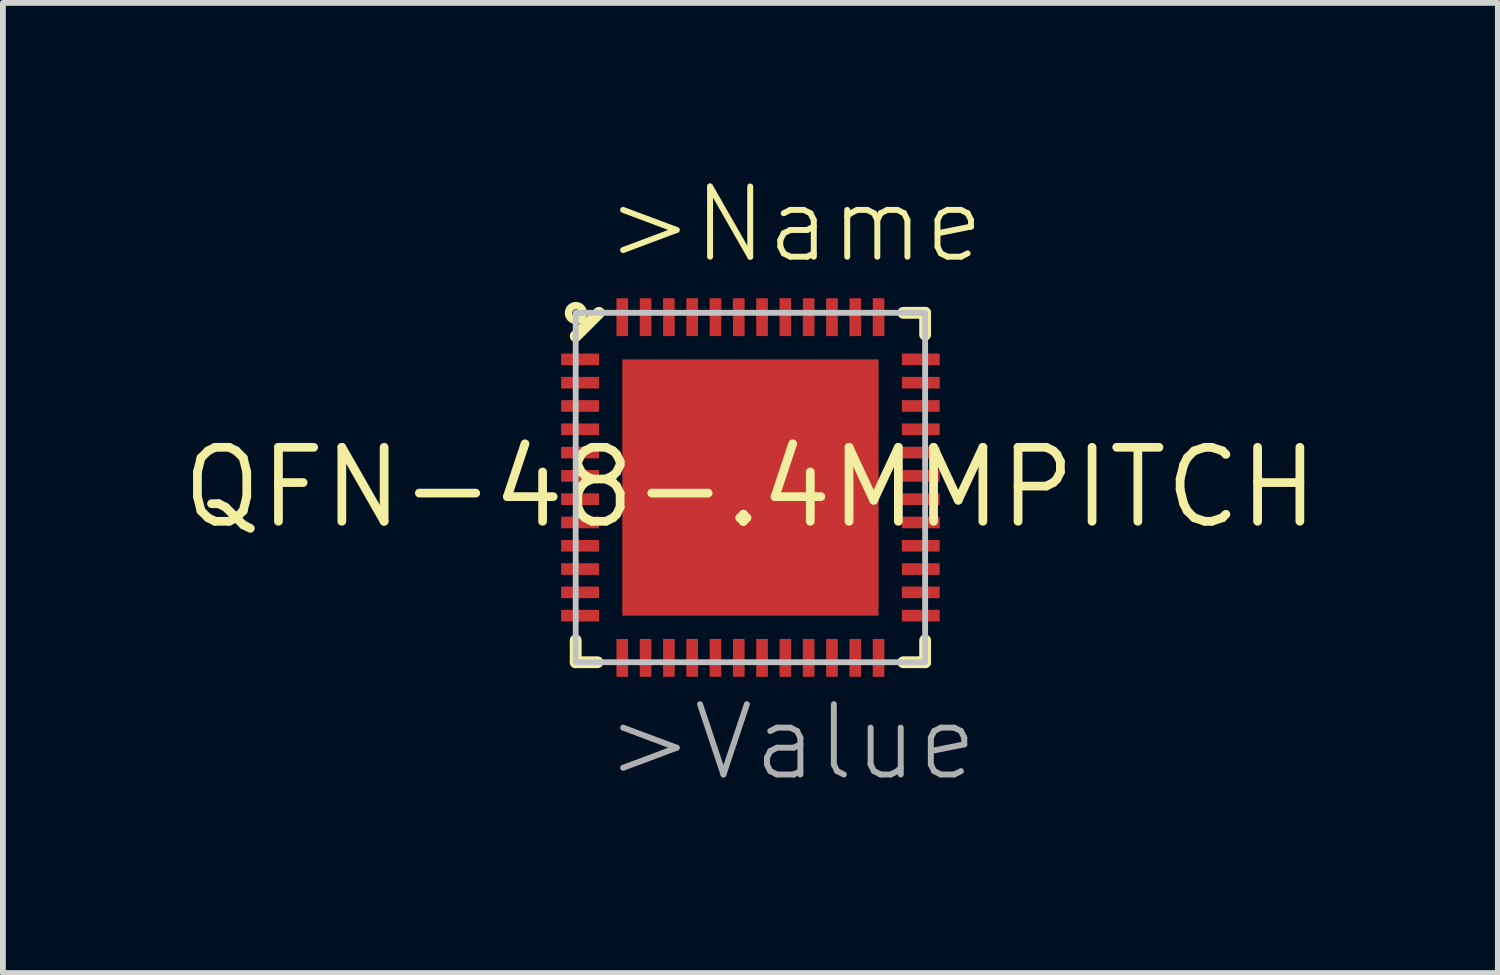
<source format=kicad_pcb>
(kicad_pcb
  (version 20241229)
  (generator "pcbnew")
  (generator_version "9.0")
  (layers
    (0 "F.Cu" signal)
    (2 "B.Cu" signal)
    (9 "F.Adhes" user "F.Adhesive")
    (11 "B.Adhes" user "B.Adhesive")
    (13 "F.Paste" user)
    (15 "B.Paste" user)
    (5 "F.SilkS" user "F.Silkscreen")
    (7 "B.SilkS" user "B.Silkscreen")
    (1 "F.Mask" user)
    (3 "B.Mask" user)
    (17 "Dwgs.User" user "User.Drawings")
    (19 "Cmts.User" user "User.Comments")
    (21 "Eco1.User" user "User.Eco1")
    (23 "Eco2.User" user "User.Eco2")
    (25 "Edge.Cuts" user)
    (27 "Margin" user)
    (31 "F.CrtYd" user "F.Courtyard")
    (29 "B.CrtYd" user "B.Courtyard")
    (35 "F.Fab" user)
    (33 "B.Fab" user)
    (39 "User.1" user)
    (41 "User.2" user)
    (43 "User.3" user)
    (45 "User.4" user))
  (footprint "QFN-48-.4MMPITCH"
    (layer "F.Cu")
    (at 9.835 5.321)
    (property "Reference" "QFN-48-.4MMPITCH" (at 0 0 0) (layer "F.SilkS") (effects (font (size 1.27 1.27) (thickness 0.15))))
    (attr through_hole)
    (fp_line (start -3 3) (end -3 2.625) (stroke (width 0.203) (type solid)) (layer "F.SilkS"))
    (fp_line (start -3 3) (end -2.625 3) (stroke (width 0.203) (type solid)) (layer "F.SilkS"))
    (fp_line (start -2.6 -3) (end -3 -2.6) (stroke (width 0.203) (type solid)) (layer "F.SilkS"))
    (fp_line (start 3 -3) (end 2.625 -3) (stroke (width 0.203) (type solid)) (layer "F.SilkS"))
    (fp_line (start 3 -3) (end 3 -2.625) (stroke (width 0.203) (type solid)) (layer "F.SilkS"))
    (fp_line (start 3 3) (end 2.625 3) (stroke (width 0.203) (type solid)) (layer "F.SilkS"))
    (fp_line (start 3 3) (end 3 2.625) (stroke (width 0.203) (type solid)) (layer "F.SilkS"))
    (fp_circle (center -2.997 -2.997) (end -2.934 -2.997) (stroke (width 0.127) (type solid)) (fill no) (layer "F.SilkS"))
    (fp_poly (pts (xy -3.188 -2.125) (xy -2.7 -2.125) (xy -2.7 -2.275) (xy -3.188 -2.275)) (stroke (width 0) (type solid)) (fill yes) (layer "F.Paste"))
    (fp_poly (pts (xy -3.188 -1.725) (xy -2.7 -1.725) (xy -2.7 -1.875) (xy -3.188 -1.875)) (stroke (width 0) (type solid)) (fill yes) (layer "F.Paste"))
    (fp_poly (pts (xy -3.188 -1.325) (xy -2.7 -1.325) (xy -2.7 -1.475) (xy -3.188 -1.475)) (stroke (width 0) (type solid)) (fill yes) (layer "F.Paste"))
    (fp_poly (pts (xy -3.188 -0.925) (xy -2.7 -0.925) (xy -2.7 -1.075) (xy -3.188 -1.075)) (stroke (width 0) (type solid)) (fill yes) (layer "F.Paste"))
    (fp_poly (pts (xy -3.188 -0.525) (xy -2.7 -0.525) (xy -2.7 -0.675) (xy -3.188 -0.675)) (stroke (width 0) (type solid)) (fill yes) (layer "F.Paste"))
    (fp_poly (pts (xy -3.188 -0.125) (xy -2.7 -0.125) (xy -2.7 -0.275) (xy -3.188 -0.275)) (stroke (width 0) (type solid)) (fill yes) (layer "F.Paste"))
    (fp_poly (pts (xy -3.188 0.275) (xy -2.7 0.275) (xy -2.7 0.125) (xy -3.188 0.125)) (stroke (width 0) (type solid)) (fill yes) (layer "F.Paste"))
    (fp_poly (pts (xy -3.188 0.675) (xy -2.7 0.675) (xy -2.7 0.525) (xy -3.188 0.525)) (stroke (width 0) (type solid)) (fill yes) (layer "F.Paste"))
    (fp_poly (pts (xy -3.188 1.075) (xy -2.7 1.075) (xy -2.7 0.925) (xy -3.188 0.925)) (stroke (width 0) (type solid)) (fill yes) (layer "F.Paste"))
    (fp_poly (pts (xy -3.188 1.475) (xy -2.7 1.475) (xy -2.7 1.325) (xy -3.188 1.325)) (stroke (width 0) (type solid)) (fill yes) (layer "F.Paste"))
    (fp_poly (pts (xy -3.188 1.875) (xy -2.7 1.875) (xy -2.7 1.725) (xy -3.188 1.725)) (stroke (width 0) (type solid)) (fill yes) (layer "F.Paste"))
    (fp_poly (pts (xy -3.188 2.275) (xy -2.7 2.275) (xy -2.7 2.125) (xy -3.188 2.125)) (stroke (width 0) (type solid)) (fill yes) (layer "F.Paste"))
    (fp_poly (pts (xy -2.275 2.688) (xy -2.275 3.175) (xy -2.125 3.175) (xy -2.125 2.688)) (stroke (width 0) (type solid)) (fill yes) (layer "F.Paste"))
    (fp_poly (pts (xy -2.125 -2.688) (xy -2.125 -3.175) (xy -2.275 -3.175) (xy -2.275 -2.688)) (stroke (width 0) (type solid)) (fill yes) (layer "F.Paste"))
    (fp_poly (pts (xy -1.875 2.688) (xy -1.875 3.175) (xy -1.725 3.175) (xy -1.725 2.688)) (stroke (width 0) (type solid)) (fill yes) (layer "F.Paste"))
    (fp_poly (pts (xy -1.725 -2.688) (xy -1.725 -3.175) (xy -1.875 -3.175) (xy -1.875 -2.688)) (stroke (width 0) (type solid)) (fill yes) (layer "F.Paste"))
    (fp_poly (pts (xy -1.475 2.688) (xy -1.475 3.175) (xy -1.325 3.175) (xy -1.325 2.688)) (stroke (width 0) (type solid)) (fill yes) (layer "F.Paste"))
    (fp_poly (pts (xy -1.325 -2.688) (xy -1.325 -3.175) (xy -1.475 -3.175) (xy -1.475 -2.688)) (stroke (width 0) (type solid)) (fill yes) (layer "F.Paste"))
    (fp_poly (pts (xy -1.075 2.688) (xy -1.075 3.175) (xy -0.925 3.175) (xy -0.925 2.688)) (stroke (width 0) (type solid)) (fill yes) (layer "F.Paste"))
    (fp_poly (pts (xy -0.925 -2.688) (xy -0.925 -3.175) (xy -1.075 -3.175) (xy -1.075 -2.688)) (stroke (width 0) (type solid)) (fill yes) (layer "F.Paste"))
    (fp_poly (pts (xy -0.675 2.688) (xy -0.675 3.175) (xy -0.525 3.175) (xy -0.525 2.688)) (stroke (width 0) (type solid)) (fill yes) (layer "F.Paste"))
    (fp_poly (pts (xy -0.525 -2.688) (xy -0.525 -3.175) (xy -0.675 -3.175) (xy -0.675 -2.688)) (stroke (width 0) (type solid)) (fill yes) (layer "F.Paste"))
    (fp_poly (pts (xy -0.375 -0.375) (xy -0.375 -1.875) (xy -1.875 -1.875) (xy -1.875 -0.375)) (stroke (width 0) (type solid)) (fill yes) (layer "F.Paste"))
    (fp_poly (pts (xy -0.375 1.875) (xy -0.375 0.375) (xy -1.875 0.375) (xy -1.875 1.875)) (stroke (width 0) (type solid)) (fill yes) (layer "F.Paste"))
    (fp_poly (pts (xy -0.275 2.688) (xy -0.275 3.175) (xy -0.125 3.175) (xy -0.125 2.688)) (stroke (width 0) (type solid)) (fill yes) (layer "F.Paste"))
    (fp_poly (pts (xy -0.125 -2.688) (xy -0.125 -3.175) (xy -0.275 -3.175) (xy -0.275 -2.688)) (stroke (width 0) (type solid)) (fill yes) (layer "F.Paste"))
    (fp_poly (pts (xy 0.125 2.688) (xy 0.125 3.175) (xy 0.275 3.175) (xy 0.275 2.688)) (stroke (width 0) (type solid)) (fill yes) (layer "F.Paste"))
    (fp_poly (pts (xy 0.275 -2.688) (xy 0.275 -3.175) (xy 0.125 -3.175) (xy 0.125 -2.688)) (stroke (width 0) (type solid)) (fill yes) (layer "F.Paste"))
    (fp_poly (pts (xy 0.525 2.688) (xy 0.525 3.175) (xy 0.675 3.175) (xy 0.675 2.688)) (stroke (width 0) (type solid)) (fill yes) (layer "F.Paste"))
    (fp_poly (pts (xy 0.675 -2.688) (xy 0.675 -3.175) (xy 0.525 -3.175) (xy 0.525 -2.688)) (stroke (width 0) (type solid)) (fill yes) (layer "F.Paste"))
    (fp_poly (pts (xy 0.925 2.688) (xy 0.925 3.175) (xy 1.075 3.175) (xy 1.075 2.688)) (stroke (width 0) (type solid)) (fill yes) (layer "F.Paste"))
    (fp_poly (pts (xy 1.075 -2.688) (xy 1.075 -3.175) (xy 0.925 -3.175) (xy 0.925 -2.688)) (stroke (width 0) (type solid)) (fill yes) (layer "F.Paste"))
    (fp_poly (pts (xy 1.325 2.688) (xy 1.325 3.175) (xy 1.475 3.175) (xy 1.475 2.688)) (stroke (width 0) (type solid)) (fill yes) (layer "F.Paste"))
    (fp_poly (pts (xy 1.475 -2.688) (xy 1.475 -3.175) (xy 1.325 -3.175) (xy 1.325 -2.688)) (stroke (width 0) (type solid)) (fill yes) (layer "F.Paste"))
    (fp_poly (pts (xy 1.725 2.688) (xy 1.725 3.175) (xy 1.875 3.175) (xy 1.875 2.688)) (stroke (width 0) (type solid)) (fill yes) (layer "F.Paste"))
    (fp_poly (pts (xy 1.725 2.688) (xy 1.725 3.175) (xy 1.875 3.175) (xy 1.875 2.688)) (stroke (width 0) (type solid)) (fill yes) (layer "F.Paste"))
    (fp_poly (pts (xy 1.875 -2.688) (xy 1.875 -3.175) (xy 1.725 -3.175) (xy 1.725 -2.688)) (stroke (width 0) (type solid)) (fill yes) (layer "F.Paste"))
    (fp_poly (pts (xy 1.875 -0.375) (xy 1.875 -1.875) (xy 0.375 -1.875) (xy 0.375 -0.375)) (stroke (width 0) (type solid)) (fill yes) (layer "F.Paste"))
    (fp_poly (pts (xy 1.875 1.875) (xy 1.875 0.375) (xy 0.375 0.375) (xy 0.375 1.875)) (stroke (width 0) (type solid)) (fill yes) (layer "F.Paste"))
    (fp_poly (pts (xy 2.125 2.688) (xy 2.125 3.175) (xy 2.275 3.175) (xy 2.275 2.688)) (stroke (width 0) (type solid)) (fill yes) (layer "F.Paste"))
    (fp_poly (pts (xy 2.125 2.688) (xy 2.125 3.175) (xy 2.275 3.175) (xy 2.275 2.688)) (stroke (width 0) (type solid)) (fill yes) (layer "F.Paste"))
    (fp_poly (pts (xy 2.275 -2.688) (xy 2.275 -3.175) (xy 2.125 -3.175) (xy 2.125 -2.688)) (stroke (width 0) (type solid)) (fill yes) (layer "F.Paste"))
    (fp_poly (pts (xy 3.163 -2.275) (xy 2.675 -2.275) (xy 2.675 -2.125) (xy 3.163 -2.125)) (stroke (width 0) (type solid)) (fill yes) (layer "F.Paste"))
    (fp_poly (pts (xy 3.163 -1.875) (xy 2.675 -1.875) (xy 2.675 -1.725) (xy 3.163 -1.725)) (stroke (width 0) (type solid)) (fill yes) (layer "F.Paste"))
    (fp_poly (pts (xy 3.163 -1.475) (xy 2.675 -1.475) (xy 2.675 -1.325) (xy 3.163 -1.325)) (stroke (width 0) (type solid)) (fill yes) (layer "F.Paste"))
    (fp_poly (pts (xy 3.163 -1.075) (xy 2.675 -1.075) (xy 2.675 -0.925) (xy 3.163 -0.925)) (stroke (width 0) (type solid)) (fill yes) (layer "F.Paste"))
    (fp_poly (pts (xy 3.163 -0.675) (xy 2.675 -0.675) (xy 2.675 -0.525) (xy 3.163 -0.525)) (stroke (width 0) (type solid)) (fill yes) (layer "F.Paste"))
    (fp_poly (pts (xy 3.163 -0.275) (xy 2.675 -0.275) (xy 2.675 -0.125) (xy 3.163 -0.125)) (stroke (width 0) (type solid)) (fill yes) (layer "F.Paste"))
    (fp_poly (pts (xy 3.163 0.125) (xy 2.675 0.125) (xy 2.675 0.275) (xy 3.163 0.275)) (stroke (width 0) (type solid)) (fill yes) (layer "F.Paste"))
    (fp_poly (pts (xy 3.163 0.525) (xy 2.675 0.525) (xy 2.675 0.675) (xy 3.163 0.675)) (stroke (width 0) (type solid)) (fill yes) (layer "F.Paste"))
    (fp_poly (pts (xy 3.163 0.925) (xy 2.675 0.925) (xy 2.675 1.075) (xy 3.163 1.075)) (stroke (width 0) (type solid)) (fill yes) (layer "F.Paste"))
    (fp_poly (pts (xy 3.163 1.325) (xy 2.675 1.325) (xy 2.675 1.475) (xy 3.163 1.475)) (stroke (width 0) (type solid)) (fill yes) (layer "F.Paste"))
    (fp_poly (pts (xy 3.163 1.725) (xy 2.675 1.725) (xy 2.675 1.875) (xy 3.163 1.875)) (stroke (width 0) (type solid)) (fill yes) (layer "F.Paste"))
    (fp_poly (pts (xy 3.163 2.125) (xy 2.675 2.125) (xy 2.675 2.275) (xy 3.163 2.275)) (stroke (width 0) (type solid)) (fill yes) (layer "F.Paste"))
    (fp_poly (pts (xy 3 3) (xy 3 -3) (xy -3 -3) (xy -3 3)) (stroke (width 0.1) (type solid)) (fill no) (layer "Dwgs.User"))
    (fp_text user ">Name" (at -2.54 -3.81 0) (layer "F.SilkS") (effects (font (size 1.206 1.206) (thickness 0.102)) (justify left bottom)))
    (fp_text user ">Value" (at -2.54 5.08 0) (layer "F.Fab") (effects (font (size 1.206 1.206) (thickness 0.102)) (justify left bottom)))
    (pad "1" smd rect (at -2.925 -2.2 180) (size 0.65 0.2) (layers "F.Cu" "F.Mask"))
    (pad "2" smd rect (at -2.925 -1.8 180) (size 0.65 0.2) (layers "F.Cu" "F.Mask"))
    (pad "3" smd rect (at -2.925 -1.4 180) (size 0.65 0.2) (layers "F.Cu" "F.Mask"))
    (pad "4" smd rect (at -2.925 -1 180) (size 0.65 0.2) (layers "F.Cu" "F.Mask"))
    (pad "5" smd rect (at -2.925 -0.6 180) (size 0.65 0.2) (layers "F.Cu" "F.Mask"))
    (pad "6" smd rect (at -2.925 -0.2 180) (size 0.65 0.2) (layers "F.Cu" "F.Mask"))
    (pad "7" smd rect (at -2.925 0.2 180) (size 0.65 0.2) (layers "F.Cu" "F.Mask"))
    (pad "8" smd rect (at -2.925 0.6 180) (size 0.65 0.2) (layers "F.Cu" "F.Mask"))
    (pad "9" smd rect (at -2.925 1 180) (size 0.65 0.2) (layers "F.Cu" "F.Mask"))
    (pad "10" smd rect (at -2.925 1.4 180) (size 0.65 0.2) (layers "F.Cu" "F.Mask"))
    (pad "11" smd rect (at -2.925 1.8 180) (size 0.65 0.2) (layers "F.Cu" "F.Mask"))
    (pad "12" smd rect (at -2.925 2.2 180) (size 0.65 0.2) (layers "F.Cu" "F.Mask"))
    (pad "13" smd rect (at -2.2 2.925 270) (size 0.65 0.2) (layers "F.Cu" "F.Mask"))
    (pad "14" smd rect (at -1.8 2.925 270) (size 0.65 0.2) (layers "F.Cu" "F.Mask"))
    (pad "15" smd rect (at -1.4 2.925 270) (size 0.65 0.2) (layers "F.Cu" "F.Mask"))
    (pad "16" smd rect (at -1 2.925 270) (size 0.65 0.2) (layers "F.Cu" "F.Mask"))
    (pad "17" smd rect (at -0.6 2.925 270) (size 0.65 0.2) (layers "F.Cu" "F.Mask"))
    (pad "18" smd rect (at -0.2 2.925 270) (size 0.65 0.2) (layers "F.Cu" "F.Mask"))
    (pad "19" smd rect (at 0.2 2.925 270) (size 0.65 0.2) (layers "F.Cu" "F.Mask"))
    (pad "20" smd rect (at 0.6 2.925 270) (size 0.65 0.2) (layers "F.Cu" "F.Mask"))
    (pad "21" smd rect (at 1 2.925 270) (size 0.65 0.2) (layers "F.Cu" "F.Mask"))
    (pad "22" smd rect (at 1.4 2.925 270) (size 0.65 0.2) (layers "F.Cu" "F.Mask"))
    (pad "23" smd rect (at 1.8 2.925 270) (size 0.65 0.2) (layers "F.Cu" "F.Mask"))
    (pad "24" smd rect (at 2.2 2.925 270) (size 0.65 0.2) (layers "F.Cu" "F.Mask"))
    (pad "25" smd rect (at 2.925 2.2) (size 0.65 0.2) (layers "F.Cu" "F.Mask"))
    (pad "26" smd rect (at 2.925 1.8) (size 0.65 0.2) (layers "F.Cu" "F.Mask"))
    (pad "27" smd rect (at 2.925 1.4) (size 0.65 0.2) (layers "F.Cu" "F.Mask"))
    (pad "28" smd rect (at 2.925 1) (size 0.65 0.2) (layers "F.Cu" "F.Mask"))
    (pad "29" smd rect (at 2.925 0.6) (size 0.65 0.2) (layers "F.Cu" "F.Mask"))
    (pad "30" smd rect (at 2.925 0.2) (size 0.65 0.2) (layers "F.Cu" "F.Mask"))
    (pad "31" smd rect (at 2.925 -0.2) (size 0.65 0.2) (layers "F.Cu" "F.Mask"))
    (pad "32" smd rect (at 2.925 -0.6) (size 0.65 0.2) (layers "F.Cu" "F.Mask"))
    (pad "33" smd rect (at 2.925 -1) (size 0.65 0.2) (layers "F.Cu" "F.Mask"))
    (pad "34" smd rect (at 2.925 -1.4) (size 0.65 0.2) (layers "F.Cu" "F.Mask"))
    (pad "35" smd rect (at 2.925 -1.8) (size 0.65 0.2) (layers "F.Cu" "F.Mask"))
    (pad "36" smd rect (at 2.925 -2.2) (size 0.65 0.2) (layers "F.Cu" "F.Mask"))
    (pad "37" smd rect (at 2.2 -2.925 90) (size 0.65 0.2) (layers "F.Cu" "F.Mask"))
    (pad "38" smd rect (at 1.8 -2.925 90) (size 0.65 0.2) (layers "F.Cu" "F.Mask"))
    (pad "39" smd rect (at 1.4 -2.925 90) (size 0.65 0.2) (layers "F.Cu" "F.Mask"))
    (pad "40" smd rect (at 1 -2.925 90) (size 0.65 0.2) (layers "F.Cu" "F.Mask"))
    (pad "41" smd rect (at 0.6 -2.925 90) (size 0.65 0.2) (layers "F.Cu" "F.Mask"))
    (pad "42" smd rect (at 0.2 -2.925 90) (size 0.65 0.2) (layers "F.Cu" "F.Mask"))
    (pad "43" smd rect (at -0.2 -2.925 90) (size 0.65 0.2) (layers "F.Cu" "F.Mask"))
    (pad "44" smd rect (at -0.6 -2.925 90) (size 0.65 0.2) (layers "F.Cu" "F.Mask"))
    (pad "45" smd rect (at -1 -2.925 90) (size 0.65 0.2) (layers "F.Cu" "F.Mask"))
    (pad "46" smd rect (at -1.4 -2.925 90) (size 0.65 0.2) (layers "F.Cu" "F.Mask"))
    (pad "47" smd rect (at -1.8 -2.925 90) (size 0.65 0.2) (layers "F.Cu" "F.Mask"))
    (pad "48" smd rect (at -2.2 -2.925 90) (size 0.65 0.2) (layers "F.Cu" "F.Mask"))
    (pad "49" smd rect (at 0 0 180) (size 4.4 4.4) (layers "F.Cu" "F.Mask")))
  (gr_rect
    (start -3 -3)
    (end 22.669 13.658)
    (stroke (width 0.1) (type default))
    (fill no)
    (layer "Edge.Cuts")))
</source>
